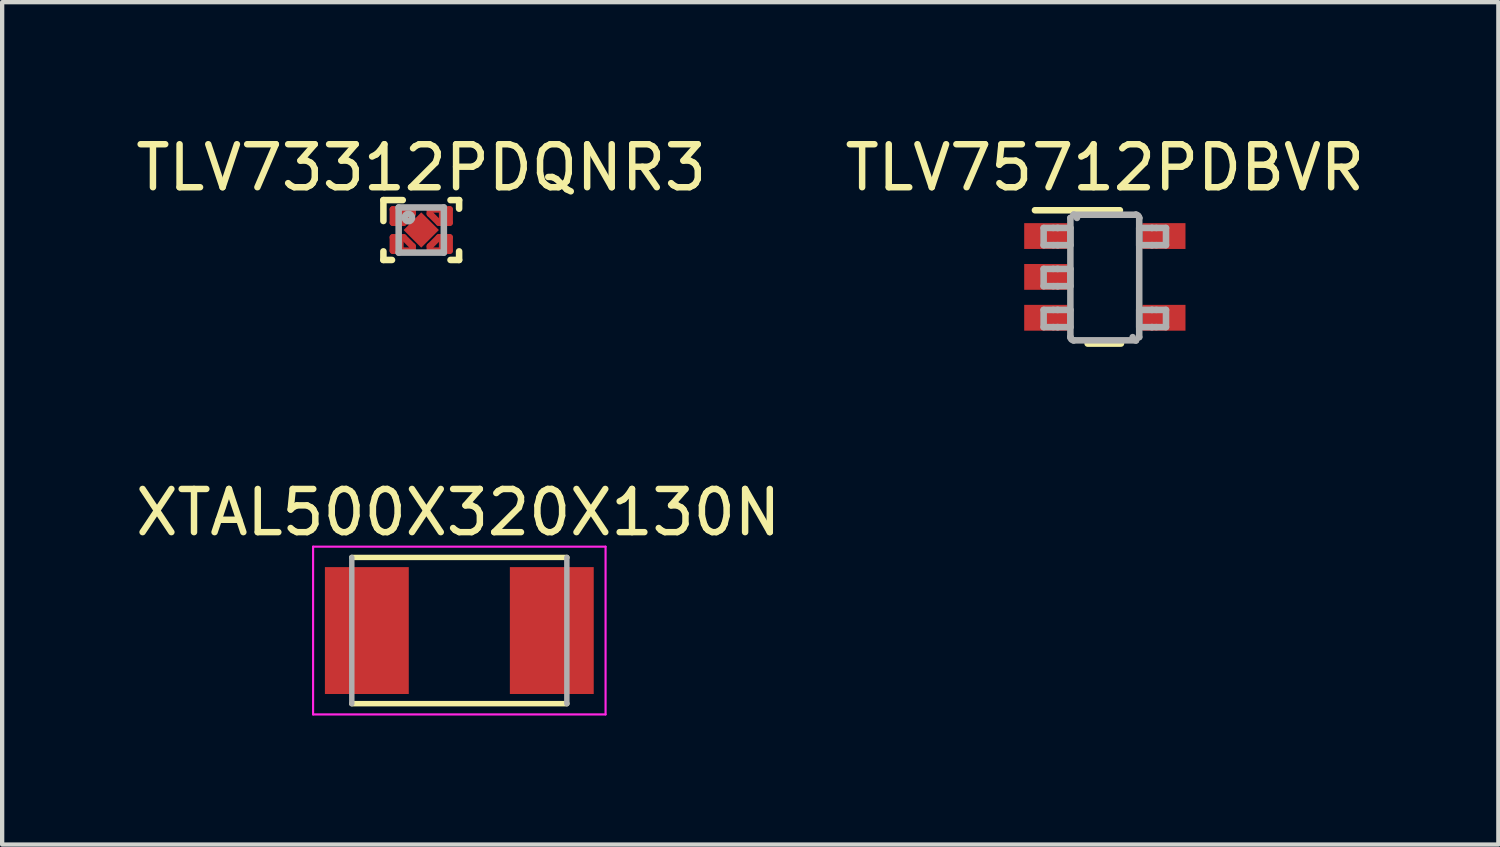
<source format=kicad_pcb>
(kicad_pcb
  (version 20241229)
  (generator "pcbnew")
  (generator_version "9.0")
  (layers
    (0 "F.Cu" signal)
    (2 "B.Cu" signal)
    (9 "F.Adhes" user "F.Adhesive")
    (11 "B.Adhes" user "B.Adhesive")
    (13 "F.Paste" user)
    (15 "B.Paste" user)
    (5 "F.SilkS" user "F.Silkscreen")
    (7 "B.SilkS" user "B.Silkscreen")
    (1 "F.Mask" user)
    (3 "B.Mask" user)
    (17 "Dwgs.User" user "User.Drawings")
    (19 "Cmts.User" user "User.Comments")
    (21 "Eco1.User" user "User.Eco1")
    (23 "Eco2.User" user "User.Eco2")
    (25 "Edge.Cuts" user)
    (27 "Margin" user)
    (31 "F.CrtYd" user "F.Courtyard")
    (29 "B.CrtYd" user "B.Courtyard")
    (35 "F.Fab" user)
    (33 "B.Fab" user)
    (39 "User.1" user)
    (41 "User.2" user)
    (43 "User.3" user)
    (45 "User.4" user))
  (footprint "TLV73312PDQNR3"
    (layer "F.Cu")
    (at 6.744 2.298)
    (property "Reference" "TLV73312PDQNR3" (at 0 -1.45 0) (layer "F.SilkS") (effects (font (size 1 1) (thickness 0.15))))
    (attr through_hole)
    (fp_line (start -0.66 -0.48) (end -0.2 -0.48) (stroke (width 0.152) (type solid)) (layer "F.Cu"))
    (fp_line (start -0.66 -0.17) (end -0.66 -0.48) (stroke (width 0.152) (type solid)) (layer "F.Cu"))
    (fp_line (start -0.66 0.17) (end -0.66 0.48) (stroke (width 0.152) (type solid)) (layer "F.Cu"))
    (fp_line (start -0.66 0.48) (end -0.2 0.48) (stroke (width 0.152) (type solid)) (layer "F.Cu"))
    (fp_line (start -0.409 -0.17) (end -0.66 -0.17) (stroke (width 0.152) (type solid)) (layer "F.Cu"))
    (fp_line (start -0.409 0.17) (end -0.66 0.17) (stroke (width 0.152) (type solid)) (layer "F.Cu"))
    (fp_line (start -0.2 -0.48) (end -0.2 -0.379) (stroke (width 0.152) (type solid)) (layer "F.Cu"))
    (fp_line (start -0.2 -0.379) (end -0.409 -0.17) (stroke (width 0.152) (type solid)) (layer "F.Cu"))
    (fp_line (start -0.2 0.379) (end -0.409 0.17) (stroke (width 0.152) (type solid)) (layer "F.Cu"))
    (fp_line (start -0.2 0.48) (end -0.2 0.379) (stroke (width 0.152) (type solid)) (layer "F.Cu"))
    (fp_line (start 0.2 -0.48) (end 0.2 -0.379) (stroke (width 0.152) (type solid)) (layer "F.Cu"))
    (fp_line (start 0.2 -0.379) (end 0.409 -0.17) (stroke (width 0.152) (type solid)) (layer "F.Cu"))
    (fp_line (start 0.2 0.379) (end 0.409 0.17) (stroke (width 0.152) (type solid)) (layer "F.Cu"))
    (fp_line (start 0.2 0.48) (end 0.2 0.379) (stroke (width 0.152) (type solid)) (layer "F.Cu"))
    (fp_line (start 0.409 -0.17) (end 0.66 -0.17) (stroke (width 0.152) (type solid)) (layer "F.Cu"))
    (fp_line (start 0.409 0.17) (end 0.66 0.17) (stroke (width 0.152) (type solid)) (layer "F.Cu"))
    (fp_line (start 0.66 -0.48) (end 0.2 -0.48) (stroke (width 0.152) (type solid)) (layer "F.Cu"))
    (fp_line (start 0.66 -0.17) (end 0.66 -0.48) (stroke (width 0.152) (type solid)) (layer "F.Cu"))
    (fp_line (start 0.66 0.17) (end 0.66 0.48) (stroke (width 0.152) (type solid)) (layer "F.Cu"))
    (fp_line (start 0.66 0.48) (end 0.2 0.48) (stroke (width 0.152) (type solid)) (layer "F.Cu"))
    (fp_line (start -0.61 -0.43) (end -0.25 -0.43) (stroke (width 0.152) (type solid)) (layer "F.Mask"))
    (fp_line (start -0.61 -0.22) (end -0.61 -0.43) (stroke (width 0.152) (type solid)) (layer "F.Mask"))
    (fp_line (start -0.61 0.22) (end -0.43 0.22) (stroke (width 0.152) (type solid)) (layer "F.Mask"))
    (fp_line (start -0.61 0.43) (end -0.61 0.22) (stroke (width 0.152) (type solid)) (layer "F.Mask"))
    (fp_line (start -0.43 -0.22) (end -0.61 -0.22) (stroke (width 0.152) (type solid)) (layer "F.Mask"))
    (fp_line (start -0.43 0.22) (end -0.25 0.4) (stroke (width 0.152) (type solid)) (layer "F.Mask"))
    (fp_line (start -0.25 -0.43) (end -0.25 -0.4) (stroke (width 0.152) (type solid)) (layer "F.Mask"))
    (fp_line (start -0.25 -0.4) (end -0.43 -0.22) (stroke (width 0.152) (type solid)) (layer "F.Mask"))
    (fp_line (start -0.25 0.4) (end -0.25 0.43) (stroke (width 0.152) (type solid)) (layer "F.Mask"))
    (fp_line (start -0.25 0.43) (end -0.61 0.43) (stroke (width 0.152) (type solid)) (layer "F.Mask"))
    (fp_line (start 0.25 -0.43) (end 0.61 -0.43) (stroke (width 0.152) (type solid)) (layer "F.Mask"))
    (fp_line (start 0.25 -0.4) (end 0.25 -0.43) (stroke (width 0.152) (type solid)) (layer "F.Mask"))
    (fp_line (start 0.25 0.4) (end 0.43 0.22) (stroke (width 0.152) (type solid)) (layer "F.Mask"))
    (fp_line (start 0.25 0.43) (end 0.25 0.4) (stroke (width 0.152) (type solid)) (layer "F.Mask"))
    (fp_line (start 0.43 -0.22) (end 0.25 -0.4) (stroke (width 0.152) (type solid)) (layer "F.Mask"))
    (fp_line (start 0.43 0.22) (end 0.61 0.22) (stroke (width 0.152) (type solid)) (layer "F.Mask"))
    (fp_line (start 0.61 -0.43) (end 0.61 -0.22) (stroke (width 0.152) (type solid)) (layer "F.Mask"))
    (fp_line (start 0.61 -0.22) (end 0.43 -0.22) (stroke (width 0.152) (type solid)) (layer "F.Mask"))
    (fp_line (start 0.61 0.22) (end 0.61 0.43) (stroke (width 0.152) (type solid)) (layer "F.Mask"))
    (fp_line (start 0.61 0.43) (end 0.25 0.43) (stroke (width 0.152) (type solid)) (layer "F.Mask"))
    (fp_line (start -0.88 -0.696) (end -0.43 -0.696) (stroke (width 0.152) (type solid)) (layer "F.SilkS"))
    (fp_line (start -0.88 -0.21) (end -0.88 -0.696) (stroke (width 0.152) (type solid)) (layer "F.SilkS"))
    (fp_line (start -0.88 0.696) (end -0.88 0.496) (stroke (width 0.152) (type solid)) (layer "F.SilkS"))
    (fp_line (start -0.88 0.696) (end -0.68 0.696) (stroke (width 0.152) (type solid)) (layer "F.SilkS"))
    (fp_line (start 0.68 -0.696) (end 0.88 -0.696) (stroke (width 0.152) (type solid)) (layer "F.SilkS"))
    (fp_line (start 0.68 0.696) (end 0.88 0.696) (stroke (width 0.152) (type solid)) (layer "F.SilkS"))
    (fp_line (start 0.88 -0.496) (end 0.88 -0.696) (stroke (width 0.152) (type solid)) (layer "F.SilkS"))
    (fp_line (start 0.88 0.696) (end 0.88 0.496) (stroke (width 0.152) (type solid)) (layer "F.SilkS"))
    (fp_line (start -0.65 -0.43) (end -0.25 -0.43) (stroke (width 0.152) (type solid)) (layer "F.Paste"))
    (fp_line (start -0.65 -0.22) (end -0.65 -0.43) (stroke (width 0.152) (type solid)) (layer "F.Paste"))
    (fp_line (start -0.65 0.22) (end -0.65 0.43) (stroke (width 0.152) (type solid)) (layer "F.Paste"))
    (fp_line (start -0.65 0.43) (end -0.25 0.43) (stroke (width 0.152) (type solid)) (layer "F.Paste"))
    (fp_line (start -0.43 -0.22) (end -0.65 -0.22) (stroke (width 0.152) (type solid)) (layer "F.Paste"))
    (fp_line (start -0.43 0.22) (end -0.65 0.22) (stroke (width 0.152) (type solid)) (layer "F.Paste"))
    (fp_line (start -0.25 -0.43) (end -0.25 -0.4) (stroke (width 0.152) (type solid)) (layer "F.Paste"))
    (fp_line (start -0.25 -0.4) (end -0.43 -0.22) (stroke (width 0.152) (type solid)) (layer "F.Paste"))
    (fp_line (start -0.25 0.4) (end -0.43 0.22) (stroke (width 0.152) (type solid)) (layer "F.Paste"))
    (fp_line (start -0.25 0.43) (end -0.25 0.4) (stroke (width 0.152) (type solid)) (layer "F.Paste"))
    (fp_line (start 0.25 -0.43) (end 0.25 -0.4) (stroke (width 0.152) (type solid)) (layer "F.Paste"))
    (fp_line (start 0.25 -0.4) (end 0.43 -0.22) (stroke (width 0.152) (type solid)) (layer "F.Paste"))
    (fp_line (start 0.25 0.4) (end 0.43 0.22) (stroke (width 0.152) (type solid)) (layer "F.Paste"))
    (fp_line (start 0.25 0.43) (end 0.25 0.4) (stroke (width 0.152) (type solid)) (layer "F.Paste"))
    (fp_line (start 0.43 -0.22) (end 0.65 -0.22) (stroke (width 0.152) (type solid)) (layer "F.Paste"))
    (fp_line (start 0.43 0.22) (end 0.65 0.22) (stroke (width 0.152) (type solid)) (layer "F.Paste"))
    (fp_line (start 0.65 -0.43) (end 0.25 -0.43) (stroke (width 0.152) (type solid)) (layer "F.Paste"))
    (fp_line (start 0.65 -0.22) (end 0.65 -0.43) (stroke (width 0.152) (type solid)) (layer "F.Paste"))
    (fp_line (start 0.65 0.22) (end 0.65 0.43) (stroke (width 0.152) (type solid)) (layer "F.Paste"))
    (fp_line (start 0.65 0.43) (end 0.25 0.43) (stroke (width 0.152) (type solid)) (layer "F.Paste"))
    (fp_line (start -0.525 -0.525) (end 0.525 -0.525) (stroke (width 0.152) (type solid)) (layer "F.Fab"))
    (fp_line (start -0.525 0.525) (end -0.525 -0.525) (stroke (width 0.152) (type solid)) (layer "F.Fab"))
    (fp_line (start -0.525 0.525) (end 0.525 0.525) (stroke (width 0.152) (type solid)) (layer "F.Fab"))
    (fp_line (start 0.525 0.525) (end 0.525 -0.525) (stroke (width 0.152) (type solid)) (layer "F.Fab"))
    (fp_circle (center -0.3 -0.29) (end -0.214 -0.29) (stroke (width 0.152) (type solid)) (fill no) (layer "F.Fab"))
    (pad "1" smd rect (at -0.535 -0.325) (size 0.25 0.31) (layers "F.Cu" "F.Mask" "F.Paste"))
    (pad "2" smd rect (at -0.535 0.325) (size 0.25 0.31) (layers "F.Cu" "F.Mask" "F.Paste"))
    (pad "3" smd rect (at 0.535 0.325) (size 0.25 0.31) (layers "F.Cu" "F.Mask" "F.Paste"))
    (pad "4" smd rect (at 0.535 -0.325) (size 0.25 0.31) (layers "F.Cu" "F.Mask" "F.Paste"))
    (pad "5" smd rect (at 0 0 45) (size 0.58 0.58) (layers "F.Cu" "F.Mask" "F.Paste")))
  (footprint "TLV75712PDBVR"
    (layer "F.Cu")
    (at 22.637 3.388)
    (property "Reference" "TLV75712PDBVR" (at 0 -2.54 0) (layer "F.SilkS") (effects (font (size 1 1) (thickness 0.15))))
    (attr through_hole)
    (fp_line (start -1.625 -1.55) (end 0.35 -1.55) (stroke (width 0.152) (type solid)) (layer "F.SilkS"))
    (fp_line (start -0.4 1.55) (end 0.375 1.55) (stroke (width 0.152) (type solid)) (layer "F.SilkS"))
    (fp_line (start -1.423 -1.138) (end -1.199 -1.138) (stroke (width 0.152) (type solid)) (layer "F.Fab"))
    (fp_line (start -1.423 -0.738) (end -1.423 -1.138) (stroke (width 0.152) (type solid)) (layer "F.Fab"))
    (fp_line (start -1.423 -0.738) (end -1.199 -0.738) (stroke (width 0.152) (type solid)) (layer "F.Fab"))
    (fp_line (start -1.423 -0.186) (end -1.199 -0.186) (stroke (width 0.152) (type solid)) (layer "F.Fab"))
    (fp_line (start -1.423 0.215) (end -1.423 -0.186) (stroke (width 0.152) (type solid)) (layer "F.Fab"))
    (fp_line (start -1.423 0.215) (end -1.199 0.215) (stroke (width 0.152) (type solid)) (layer "F.Fab"))
    (fp_line (start -1.423 0.767) (end -1.199 0.767) (stroke (width 0.152) (type solid)) (layer "F.Fab"))
    (fp_line (start -1.423 1.167) (end -1.423 0.767) (stroke (width 0.152) (type solid)) (layer "F.Fab"))
    (fp_line (start -1.423 1.167) (end -1.199 1.167) (stroke (width 0.152) (type solid)) (layer "F.Fab"))
    (fp_line (start -1.199 -1.138) (end -1.105 -1.138) (stroke (width 0.152) (type solid)) (layer "F.Fab"))
    (fp_line (start -1.199 -0.738) (end -1.105 -0.738) (stroke (width 0.152) (type solid)) (layer "F.Fab"))
    (fp_line (start -1.199 -0.186) (end -1.105 -0.186) (stroke (width 0.152) (type solid)) (layer "F.Fab"))
    (fp_line (start -1.199 0.215) (end -1.105 0.215) (stroke (width 0.152) (type solid)) (layer "F.Fab"))
    (fp_line (start -1.199 0.767) (end -1.105 0.767) (stroke (width 0.152) (type solid)) (layer "F.Fab"))
    (fp_line (start -1.199 1.167) (end -1.105 1.167) (stroke (width 0.152) (type solid)) (layer "F.Fab"))
    (fp_line (start -1.105 -1.138) (end -1.088 -1.138) (stroke (width 0.152) (type solid)) (layer "F.Fab"))
    (fp_line (start -1.105 -0.738) (end -1.088 -0.738) (stroke (width 0.152) (type solid)) (layer "F.Fab"))
    (fp_line (start -1.105 -0.186) (end -1.088 -0.186) (stroke (width 0.152) (type solid)) (layer "F.Fab"))
    (fp_line (start -1.105 0.215) (end -1.088 0.215) (stroke (width 0.152) (type solid)) (layer "F.Fab"))
    (fp_line (start -1.105 0.767) (end -1.088 0.767) (stroke (width 0.152) (type solid)) (layer "F.Fab"))
    (fp_line (start -1.105 1.167) (end -1.088 1.167) (stroke (width 0.152) (type solid)) (layer "F.Fab"))
    (fp_line (start -1.088 -1.138) (end -0.835 -1.138) (stroke (width 0.152) (type solid)) (layer "F.Fab"))
    (fp_line (start -1.088 -0.738) (end -0.835 -0.738) (stroke (width 0.152) (type solid)) (layer "F.Fab"))
    (fp_line (start -1.088 -0.186) (end -0.835 -0.186) (stroke (width 0.152) (type solid)) (layer "F.Fab"))
    (fp_line (start -1.088 0.215) (end -0.835 0.215) (stroke (width 0.152) (type solid)) (layer "F.Fab"))
    (fp_line (start -1.088 0.767) (end -0.835 0.767) (stroke (width 0.152) (type solid)) (layer "F.Fab"))
    (fp_line (start -1.088 1.167) (end -0.835 1.167) (stroke (width 0.152) (type solid)) (layer "F.Fab"))
    (fp_line (start -0.835 -1.138) (end -0.801 -1.138) (stroke (width 0.152) (type solid)) (layer "F.Fab"))
    (fp_line (start -0.835 -0.738) (end -0.801 -0.738) (stroke (width 0.152) (type solid)) (layer "F.Fab"))
    (fp_line (start -0.835 -0.186) (end -0.801 -0.186) (stroke (width 0.152) (type solid)) (layer "F.Fab"))
    (fp_line (start -0.835 0.215) (end -0.801 0.215) (stroke (width 0.152) (type solid)) (layer "F.Fab"))
    (fp_line (start -0.835 0.767) (end -0.801 0.767) (stroke (width 0.152) (type solid)) (layer "F.Fab"))
    (fp_line (start -0.835 1.167) (end -0.801 1.167) (stroke (width 0.152) (type solid)) (layer "F.Fab"))
    (fp_line (start -0.801 -1.37) (end -0.801 -1.371) (stroke (width 0.152) (type solid)) (layer "F.Fab"))
    (fp_line (start -0.801 -0.738) (end -0.801 -1.138) (stroke (width 0.152) (type solid)) (layer "F.Fab"))
    (fp_line (start -0.801 0.215) (end -0.801 -0.186) (stroke (width 0.152) (type solid)) (layer "F.Fab"))
    (fp_line (start -0.801 1.167) (end -0.801 0.767) (stroke (width 0.152) (type solid)) (layer "F.Fab"))
    (fp_line (start -0.801 1.399) (end -0.801 -1.37) (stroke (width 0.152) (type solid)) (layer "F.Fab"))
    (fp_line (start -0.801 1.4) (end -0.801 1.399) (stroke (width 0.152) (type solid)) (layer "F.Fab"))
    (fp_line (start -0.725 -1.446) (end -0.725 -1.446) (stroke (width 0.152) (type solid)) (layer "F.Fab"))
    (fp_line (start -0.725 1.475) (end -0.725 1.475) (stroke (width 0.152) (type solid)) (layer "F.Fab"))
    (fp_line (start -0.725 -1.446) (end 0.723 -1.446) (stroke (width 0.152) (type solid)) (layer "F.Fab"))
    (fp_line (start -0.725 1.475) (end 0.723 1.475) (stroke (width 0.152) (type solid)) (layer "F.Fab"))
    (fp_line (start 0.723 -1.446) (end 0.724 -1.446) (stroke (width 0.152) (type solid)) (layer "F.Fab"))
    (fp_line (start 0.723 1.475) (end 0.724 1.475) (stroke (width 0.152) (type solid)) (layer "F.Fab"))
    (fp_line (start 0.799 -1.37) (end 0.799 -1.371) (stroke (width 0.152) (type solid)) (layer "F.Fab"))
    (fp_line (start 0.799 -1.138) (end 0.834 -1.138) (stroke (width 0.152) (type solid)) (layer "F.Fab"))
    (fp_line (start 0.799 -0.738) (end 0.799 -1.138) (stroke (width 0.152) (type solid)) (layer "F.Fab"))
    (fp_line (start 0.799 -0.738) (end 0.834 -0.738) (stroke (width 0.152) (type solid)) (layer "F.Fab"))
    (fp_line (start 0.799 0.767) (end 0.834 0.767) (stroke (width 0.152) (type solid)) (layer "F.Fab"))
    (fp_line (start 0.799 1.167) (end 0.799 0.767) (stroke (width 0.152) (type solid)) (layer "F.Fab"))
    (fp_line (start 0.799 1.167) (end 0.834 1.167) (stroke (width 0.152) (type solid)) (layer "F.Fab"))
    (fp_line (start 0.799 1.399) (end 0.799 -1.37) (stroke (width 0.152) (type solid)) (layer "F.Fab"))
    (fp_line (start 0.799 1.4) (end 0.799 1.399) (stroke (width 0.152) (type solid)) (layer "F.Fab"))
    (fp_line (start 0.834 -1.138) (end 1.087 -1.138) (stroke (width 0.152) (type solid)) (layer "F.Fab"))
    (fp_line (start 0.834 -0.738) (end 1.087 -0.738) (stroke (width 0.152) (type solid)) (layer "F.Fab"))
    (fp_line (start 0.834 0.767) (end 1.087 0.767) (stroke (width 0.152) (type solid)) (layer "F.Fab"))
    (fp_line (start 0.834 1.167) (end 1.087 1.167) (stroke (width 0.152) (type solid)) (layer "F.Fab"))
    (fp_line (start 1.087 -1.138) (end 1.103 -1.138) (stroke (width 0.152) (type solid)) (layer "F.Fab"))
    (fp_line (start 1.087 -0.738) (end 1.103 -0.738) (stroke (width 0.152) (type solid)) (layer "F.Fab"))
    (fp_line (start 1.087 0.767) (end 1.103 0.767) (stroke (width 0.152) (type solid)) (layer "F.Fab"))
    (fp_line (start 1.087 1.167) (end 1.103 1.167) (stroke (width 0.152) (type solid)) (layer "F.Fab"))
    (fp_line (start 1.103 -1.138) (end 1.198 -1.138) (stroke (width 0.152) (type solid)) (layer "F.Fab"))
    (fp_line (start 1.103 -0.738) (end 1.198 -0.738) (stroke (width 0.152) (type solid)) (layer "F.Fab"))
    (fp_line (start 1.103 0.767) (end 1.198 0.767) (stroke (width 0.152) (type solid)) (layer "F.Fab"))
    (fp_line (start 1.103 1.167) (end 1.198 1.167) (stroke (width 0.152) (type solid)) (layer "F.Fab"))
    (fp_line (start 1.198 -1.138) (end 1.422 -1.138) (stroke (width 0.152) (type solid)) (layer "F.Fab"))
    (fp_line (start 1.198 -0.738) (end 1.422 -0.738) (stroke (width 0.152) (type solid)) (layer "F.Fab"))
    (fp_line (start 1.198 0.767) (end 1.422 0.767) (stroke (width 0.152) (type solid)) (layer "F.Fab"))
    (fp_line (start 1.198 1.167) (end 1.422 1.167) (stroke (width 0.152) (type solid)) (layer "F.Fab"))
    (fp_line (start 1.422 -0.738) (end 1.422 -1.138) (stroke (width 0.152) (type solid)) (layer "F.Fab"))
    (fp_line (start 1.422 1.167) (end 1.422 0.767) (stroke (width 0.152) (type solid)) (layer "F.Fab"))
    (fp_arc (start -0.724553 1.475001) (mid -0.777896 1.453214) (end -0.800733 1.400313) (stroke (width 0.1524) (type solid)) (layer "F.Fab"))
    (fp_arc (start -0.72454 -1.445999) (mid -0.671189 -1.424209) (end -0.648348 -1.3713) (stroke (width 0.1524) (type solid)) (layer "F.Fab"))
    (fp_arc (start 0.723255 -1.445999) (mid 0.776606 -1.424209) (end 0.799447 -1.3713) (stroke (width 0.1524) (type solid)) (layer "F.Fab"))
    (fp_arc (start 0.723268 1.475001) (mid 0.669925 1.453214) (end 0.647088 1.400313) (stroke (width 0.1524) (type solid)) (layer "F.Fab"))
    (pad "1" smd rect (at -1.375 -0.95 90) (size 0.6 1) (layers "F.Cu" "F.Mask" "F.Paste"))
    (pad "2" smd rect (at -1.375 0 90) (size 0.6 1) (layers "F.Cu" "F.Mask" "F.Paste"))
    (pad "3" smd rect (at -1.375 0.95 90) (size 0.6 1) (layers "F.Cu" "F.Mask" "F.Paste"))
    (pad "4" smd rect (at 1.375 0.95 90) (size 0.6 1) (layers "F.Cu" "F.Mask" "F.Paste"))
    (pad "5" smd rect (at 1.375 -0.95 90) (size 0.6 1) (layers "F.Cu" "F.Mask" "F.Paste")))
  (footprint "XTAL500X320X130N"
    (layer "F.Cu")
    (at 7.629 11.61)
    (property "Reference" "XTAL500X320X130N" (at -0.025 -2.745 0) (layer "F.SilkS") (effects (font (size 1.004 1.004) (thickness 0.15))))
    (attr through_hole)
    (fp_line (start -2.5 -1.7) (end 2.5 -1.7) (stroke (width 0.127) (type solid)) (layer "F.SilkS"))
    (fp_line (start 2.5 1.7) (end -2.5 1.7) (stroke (width 0.127) (type solid)) (layer "F.SilkS"))
    (fp_line (start -3.4 -1.95) (end 3.4 -1.95) (stroke (width 0.05) (type solid)) (layer "F.CrtYd"))
    (fp_line (start -3.4 1.95) (end -3.4 -1.95) (stroke (width 0.05) (type solid)) (layer "F.CrtYd"))
    (fp_line (start 3.4 -1.95) (end 3.4 1.95) (stroke (width 0.05) (type solid)) (layer "F.CrtYd"))
    (fp_line (start 3.4 1.95) (end -3.4 1.95) (stroke (width 0.05) (type solid)) (layer "F.CrtYd"))
    (fp_line (start -2.5 1.7) (end -2.5 -1.7) (stroke (width 0.127) (type solid)) (layer "F.Fab"))
    (fp_line (start 2.5 -1.7) (end 2.5 1.7) (stroke (width 0.127) (type solid)) (layer "F.Fab"))
    (pad "1" smd rect (at -2.15 0) (size 1.95 2.95) (layers "F.Cu" "F.Mask" "F.Paste"))
    (pad "2" smd rect (at 2.15 0) (size 1.95 2.95) (layers "F.Cu" "F.Mask" "F.Paste")))
  (gr_rect
    (start -3 -3)
    (end 31.786 16.585)
    (stroke (width 0.1) (type default))
    (fill no)
    (layer "Edge.Cuts")))
</source>
